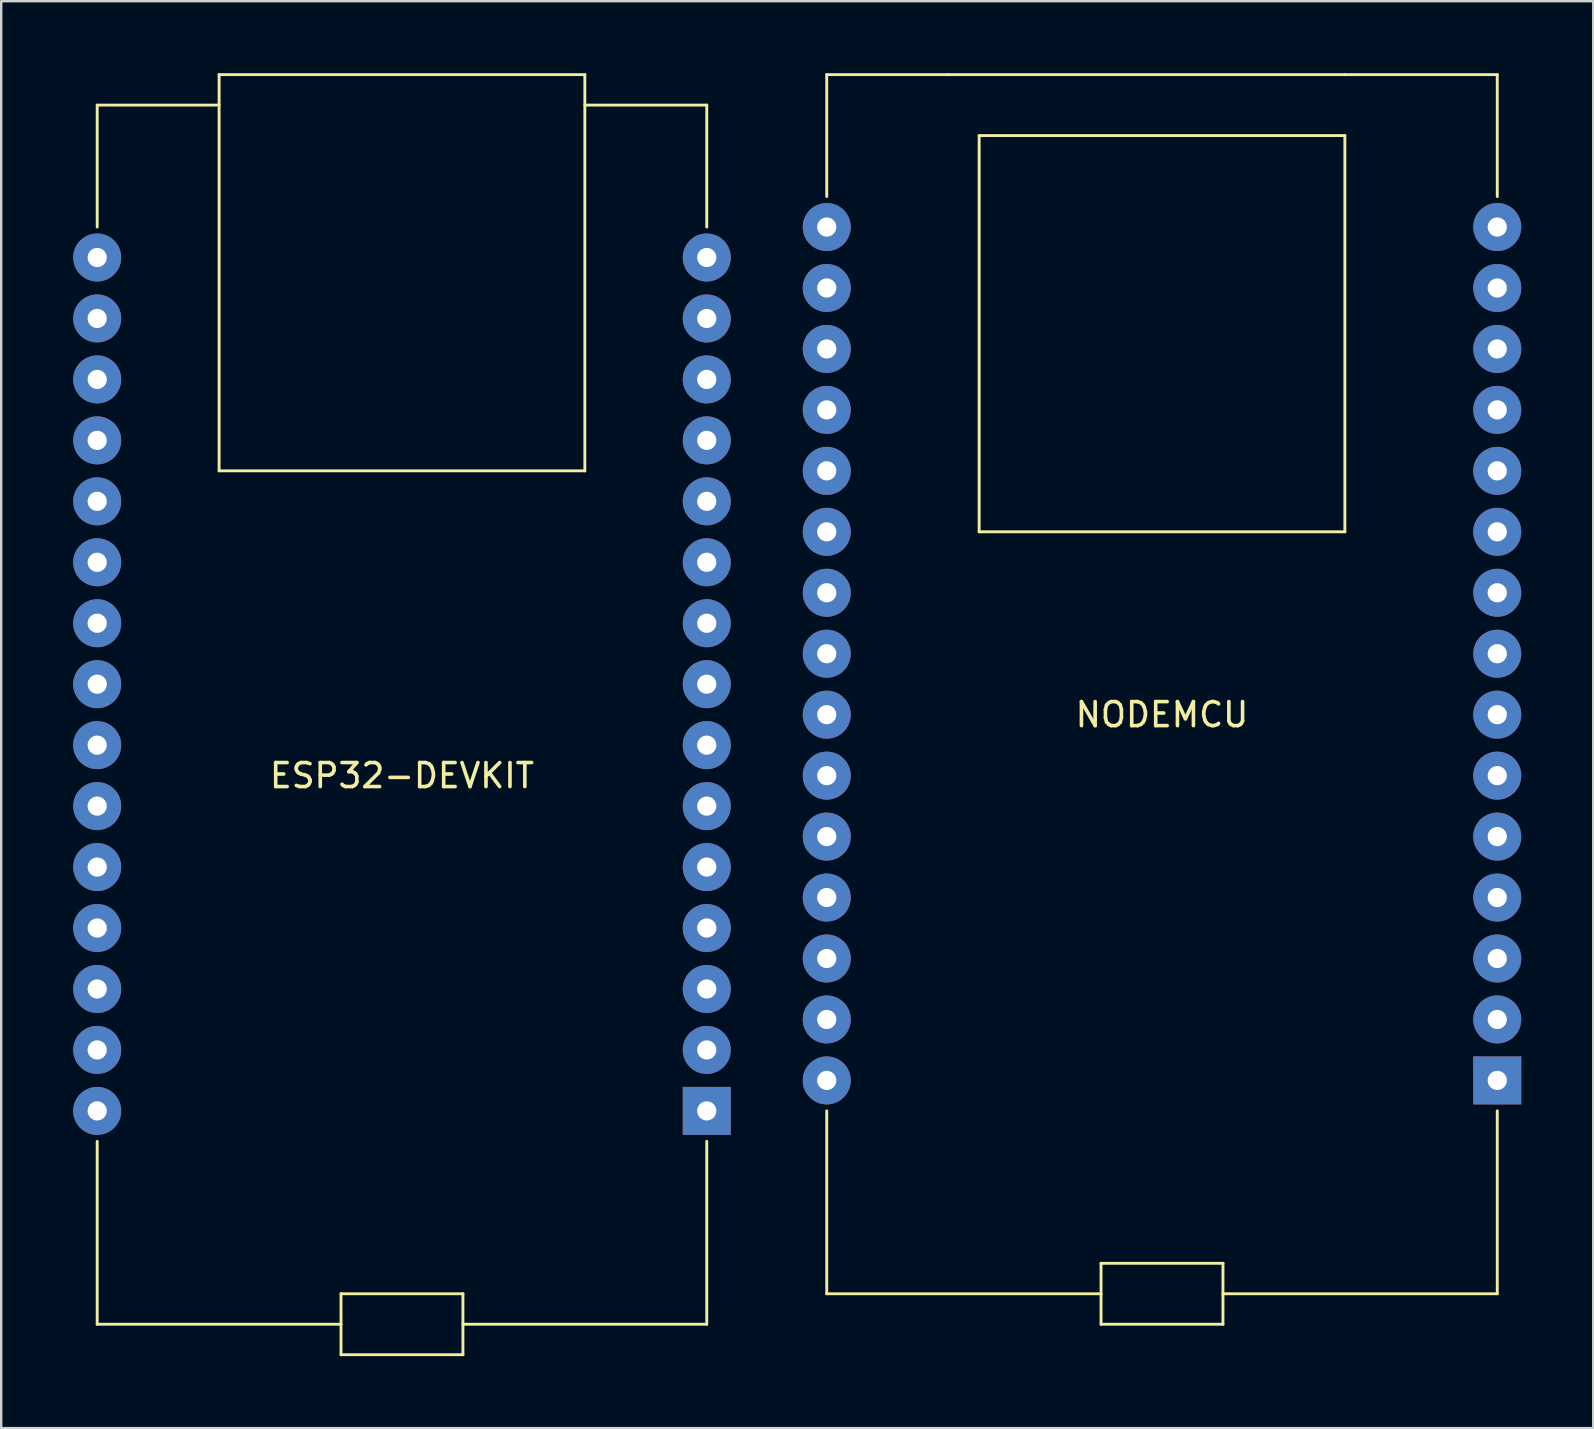
<source format=kicad_pcb>
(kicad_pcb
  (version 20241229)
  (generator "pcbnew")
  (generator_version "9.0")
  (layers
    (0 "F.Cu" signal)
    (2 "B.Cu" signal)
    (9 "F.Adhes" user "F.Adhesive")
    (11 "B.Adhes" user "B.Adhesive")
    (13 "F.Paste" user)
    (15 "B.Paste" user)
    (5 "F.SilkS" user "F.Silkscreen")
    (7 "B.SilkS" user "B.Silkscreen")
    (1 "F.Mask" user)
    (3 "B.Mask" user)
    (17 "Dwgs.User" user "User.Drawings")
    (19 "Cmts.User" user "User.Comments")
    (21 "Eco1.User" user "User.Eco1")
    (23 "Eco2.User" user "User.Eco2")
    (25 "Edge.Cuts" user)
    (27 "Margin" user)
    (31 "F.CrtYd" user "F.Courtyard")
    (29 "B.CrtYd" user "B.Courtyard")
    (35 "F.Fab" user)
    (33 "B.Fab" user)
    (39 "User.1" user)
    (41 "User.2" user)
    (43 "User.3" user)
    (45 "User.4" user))
  (footprint "ESP32-DEVKIT"
    (layer "F.Cu")
    (at 13.7 26.73)
    (property "Reference" "ESP32-DEVKIT" (at 0 2.54 0) (layer "F.SilkS") (effects (font (size 1 1) (thickness 0.15))))
    (attr through_hole)
    (fp_line (start -12.7 -20.32) (end -12.7 -25.4) (stroke (width 0.12) (type solid)) (layer "F.SilkS"))
    (fp_line (start -12.7 17.78) (end -12.7 25.4) (stroke (width 0.12) (type solid)) (layer "F.SilkS"))
    (fp_line (start -7.62 -26.67) (end -7.62 -10.16) (stroke (width 0.12) (type solid)) (layer "F.SilkS"))
    (fp_line (start -7.62 -25.4) (end -12.7 -25.4) (stroke (width 0.12) (type solid)) (layer "F.SilkS"))
    (fp_line (start -7.62 -10.16) (end 7.62 -10.16) (stroke (width 0.12) (type solid)) (layer "F.SilkS"))
    (fp_line (start -2.54 24.13) (end 2.54 24.13) (stroke (width 0.12) (type solid)) (layer "F.SilkS"))
    (fp_line (start -2.54 25.4) (end -12.7 25.4) (stroke (width 0.12) (type solid)) (layer "F.SilkS"))
    (fp_line (start -2.54 26.67) (end -2.54 24.13) (stroke (width 0.12) (type solid)) (layer "F.SilkS"))
    (fp_line (start 2.54 24.13) (end 2.54 26.67) (stroke (width 0.12) (type solid)) (layer "F.SilkS"))
    (fp_line (start 2.54 26.67) (end -2.54 26.67) (stroke (width 0.12) (type solid)) (layer "F.SilkS"))
    (fp_line (start 7.62 -26.67) (end -7.62 -26.67) (stroke (width 0.12) (type solid)) (layer "F.SilkS"))
    (fp_line (start 7.62 -10.16) (end 7.62 -26.67) (stroke (width 0.12) (type solid)) (layer "F.SilkS"))
    (fp_line (start 12.7 -25.4) (end 7.62 -25.4) (stroke (width 0.12) (type solid)) (layer "F.SilkS"))
    (fp_line (start 12.7 -25.4) (end 12.7 -20.32) (stroke (width 0.12) (type solid)) (layer "F.SilkS"))
    (fp_line (start 12.7 25.4) (end 2.54 25.4) (stroke (width 0.12) (type solid)) (layer "F.SilkS"))
    (fp_line (start 12.7 25.4) (end 12.7 17.78) (stroke (width 0.12) (type solid)) (layer "F.SilkS"))
    (pad "1" thru_hole rect (at 12.7 16.51) (size 2 2) (drill 0.8) (layers "*.Cu" "*.Mask"))
    (pad "2" thru_hole circle (at 12.7 13.97) (size 2 2) (drill 0.8) (layers "*.Cu" "*.Mask"))
    (pad "3" thru_hole circle (at 12.7 11.43) (size 2 2) (drill 0.8) (layers "*.Cu" "*.Mask"))
    (pad "4" thru_hole circle (at 12.7 8.89) (size 2 2) (drill 0.8) (layers "*.Cu" "*.Mask"))
    (pad "5" thru_hole circle (at 12.7 6.35) (size 2 2) (drill 0.8) (layers "*.Cu" "*.Mask"))
    (pad "6" thru_hole circle (at 12.7 3.81) (size 2 2) (drill 0.8) (layers "*.Cu" "*.Mask"))
    (pad "7" thru_hole circle (at 12.7 1.27) (size 2 2) (drill 0.8) (layers "*.Cu" "*.Mask"))
    (pad "8" thru_hole circle (at 12.7 -1.27) (size 2 2) (drill 0.8) (layers "*.Cu" "*.Mask"))
    (pad "9" thru_hole circle (at 12.7 -3.81) (size 2 2) (drill 0.8) (layers "*.Cu" "*.Mask"))
    (pad "10" thru_hole circle (at 12.7 -6.35) (size 2 2) (drill 0.8) (layers "*.Cu" "*.Mask"))
    (pad "11" thru_hole circle (at 12.7 -8.89) (size 2 2) (drill 0.8) (layers "*.Cu" "*.Mask"))
    (pad "12" thru_hole circle (at 12.7 -11.43) (size 2 2) (drill 0.8) (layers "*.Cu" "*.Mask"))
    (pad "13" thru_hole circle (at 12.7 -13.97) (size 2 2) (drill 0.8) (layers "*.Cu" "*.Mask"))
    (pad "14" thru_hole circle (at 12.7 -16.51) (size 2 2) (drill 0.8) (layers "*.Cu" "*.Mask"))
    (pad "15" thru_hole circle (at 12.7 -19.05) (size 2 2) (drill 0.8) (layers "*.Cu" "*.Mask"))
    (pad "16" thru_hole circle (at -12.7 16.51) (size 2 2) (drill 0.8) (layers "*.Cu" "*.Mask"))
    (pad "17" thru_hole circle (at -12.7 13.97) (size 2 2) (drill 0.8) (layers "*.Cu" "*.Mask"))
    (pad "18" thru_hole circle (at -12.7 11.43) (size 2 2) (drill 0.8) (layers "*.Cu" "*.Mask"))
    (pad "19" thru_hole circle (at -12.7 8.89) (size 2 2) (drill 0.8) (layers "*.Cu" "*.Mask"))
    (pad "20" thru_hole circle (at -12.7 6.35) (size 2 2) (drill 0.8) (layers "*.Cu" "*.Mask"))
    (pad "21" thru_hole circle (at -12.7 3.81) (size 2 2) (drill 0.8) (layers "*.Cu" "*.Mask"))
    (pad "22" thru_hole circle (at -12.7 1.27) (size 2 2) (drill 0.8) (layers "*.Cu" "*.Mask"))
    (pad "23" thru_hole circle (at -12.7 -1.27) (size 2 2) (drill 0.8) (layers "*.Cu" "*.Mask"))
    (pad "24" thru_hole circle (at -12.7 -3.81) (size 2 2) (drill 0.8) (layers "*.Cu" "*.Mask"))
    (pad "25" thru_hole circle (at -12.7 -6.35) (size 2 2) (drill 0.8) (layers "*.Cu" "*.Mask"))
    (pad "26" thru_hole circle (at -12.7 -8.89) (size 2 2) (drill 0.8) (layers "*.Cu" "*.Mask"))
    (pad "27" thru_hole circle (at -12.7 -11.43) (size 2 2) (drill 0.8) (layers "*.Cu" "*.Mask"))
    (pad "28" thru_hole circle (at -12.7 -13.97) (size 2 2) (drill 0.8) (layers "*.Cu" "*.Mask"))
    (pad "29" thru_hole circle (at -12.7 -16.51) (size 2 2) (drill 0.8) (layers "*.Cu" "*.Mask"))
    (pad "30" thru_hole circle (at -12.7 -19.05) (size 2 2) (drill 0.8) (layers "*.Cu" "*.Mask")))
  (footprint "NODEMCU"
    (layer "F.Cu")
    (at 45.37 25.46)
    (property "Reference" "NODEMCU" (at 0 1.27 0) (layer "F.SilkS") (effects (font (size 1 1) (thickness 0.15))))
    (attr through_hole)
    (fp_line (start -13.97 -20.32) (end -13.97 -25.4) (stroke (width 0.12) (type solid)) (layer "F.SilkS"))
    (fp_line (start -13.97 17.78) (end -13.97 25.4) (stroke (width 0.12) (type solid)) (layer "F.SilkS"))
    (fp_line (start -8.89 -25.4) (end -13.97 -25.4) (stroke (width 0.12) (type solid)) (layer "F.SilkS"))
    (fp_line (start -8.89 -25.4) (end 7.62 -25.4) (stroke (width 0.12) (type solid)) (layer "F.SilkS"))
    (fp_line (start -7.62 -22.86) (end -7.62 -6.35) (stroke (width 0.12) (type solid)) (layer "F.SilkS"))
    (fp_line (start -7.62 -6.35) (end 7.62 -6.35) (stroke (width 0.12) (type solid)) (layer "F.SilkS"))
    (fp_line (start -2.54 24.13) (end 2.54 24.13) (stroke (width 0.12) (type solid)) (layer "F.SilkS"))
    (fp_line (start -2.54 25.4) (end -13.97 25.4) (stroke (width 0.12) (type solid)) (layer "F.SilkS"))
    (fp_line (start -2.54 26.67) (end -2.54 24.13) (stroke (width 0.12) (type solid)) (layer "F.SilkS"))
    (fp_line (start 2.54 24.13) (end 2.54 26.67) (stroke (width 0.12) (type solid)) (layer "F.SilkS"))
    (fp_line (start 2.54 26.67) (end -2.54 26.67) (stroke (width 0.12) (type solid)) (layer "F.SilkS"))
    (fp_line (start 7.62 -22.86) (end -7.62 -22.86) (stroke (width 0.12) (type solid)) (layer "F.SilkS"))
    (fp_line (start 7.62 -6.35) (end 7.62 -22.86) (stroke (width 0.12) (type solid)) (layer "F.SilkS"))
    (fp_line (start 13.97 -25.4) (end 7.62 -25.4) (stroke (width 0.12) (type solid)) (layer "F.SilkS"))
    (fp_line (start 13.97 -25.4) (end 13.97 -20.32) (stroke (width 0.12) (type solid)) (layer "F.SilkS"))
    (fp_line (start 13.97 25.4) (end 2.54 25.4) (stroke (width 0.12) (type solid)) (layer "F.SilkS"))
    (fp_line (start 13.97 25.4) (end 13.97 17.78) (stroke (width 0.12) (type solid)) (layer "F.SilkS"))
    (pad "1" thru_hole rect (at 13.97 16.51) (size 2 2) (drill 0.8) (layers "*.Cu" "*.Mask"))
    (pad "2" thru_hole circle (at 13.97 13.97) (size 2 2) (drill 0.8) (layers "*.Cu" "*.Mask"))
    (pad "3" thru_hole circle (at 13.97 11.43) (size 2 2) (drill 0.8) (layers "*.Cu" "*.Mask"))
    (pad "4" thru_hole circle (at 13.97 8.89) (size 2 2) (drill 0.8) (layers "*.Cu" "*.Mask"))
    (pad "5" thru_hole circle (at 13.97 6.35) (size 2 2) (drill 0.8) (layers "*.Cu" "*.Mask"))
    (pad "6" thru_hole circle (at 13.97 3.81) (size 2 2) (drill 0.8) (layers "*.Cu" "*.Mask"))
    (pad "7" thru_hole circle (at 13.97 1.27) (size 2 2) (drill 0.8) (layers "*.Cu" "*.Mask"))
    (pad "8" thru_hole circle (at 13.97 -1.27) (size 2 2) (drill 0.8) (layers "*.Cu" "*.Mask"))
    (pad "9" thru_hole circle (at 13.97 -3.81) (size 2 2) (drill 0.8) (layers "*.Cu" "*.Mask"))
    (pad "10" thru_hole circle (at 13.97 -6.35) (size 2 2) (drill 0.8) (layers "*.Cu" "*.Mask"))
    (pad "11" thru_hole circle (at 13.97 -8.89) (size 2 2) (drill 0.8) (layers "*.Cu" "*.Mask"))
    (pad "12" thru_hole circle (at 13.97 -11.43) (size 2 2) (drill 0.8) (layers "*.Cu" "*.Mask"))
    (pad "13" thru_hole circle (at 13.97 -13.97) (size 2 2) (drill 0.8) (layers "*.Cu" "*.Mask"))
    (pad "14" thru_hole circle (at 13.97 -16.51) (size 2 2) (drill 0.8) (layers "*.Cu" "*.Mask"))
    (pad "15" thru_hole circle (at 13.97 -19.05) (size 2 2) (drill 0.8) (layers "*.Cu" "*.Mask"))
    (pad "16" thru_hole circle (at -13.97 16.51) (size 2 2) (drill 0.8) (layers "*.Cu" "*.Mask"))
    (pad "17" thru_hole circle (at -13.97 13.97) (size 2 2) (drill 0.8) (layers "*.Cu" "*.Mask"))
    (pad "18" thru_hole circle (at -13.97 11.43) (size 2 2) (drill 0.8) (layers "*.Cu" "*.Mask"))
    (pad "19" thru_hole circle (at -13.97 8.89) (size 2 2) (drill 0.8) (layers "*.Cu" "*.Mask"))
    (pad "20" thru_hole circle (at -13.97 6.35) (size 2 2) (drill 0.8) (layers "*.Cu" "*.Mask"))
    (pad "21" thru_hole circle (at -13.97 3.81) (size 2 2) (drill 0.8) (layers "*.Cu" "*.Mask"))
    (pad "22" thru_hole circle (at -13.97 1.27) (size 2 2) (drill 0.8) (layers "*.Cu" "*.Mask"))
    (pad "23" thru_hole circle (at -13.97 -1.27) (size 2 2) (drill 0.8) (layers "*.Cu" "*.Mask"))
    (pad "24" thru_hole circle (at -13.97 -3.81) (size 2 2) (drill 0.8) (layers "*.Cu" "*.Mask"))
    (pad "25" thru_hole circle (at -13.97 -6.35) (size 2 2) (drill 0.8) (layers "*.Cu" "*.Mask"))
    (pad "26" thru_hole circle (at -13.97 -8.89) (size 2 2) (drill 0.8) (layers "*.Cu" "*.Mask"))
    (pad "27" thru_hole circle (at -13.97 -11.43) (size 2 2) (drill 0.8) (layers "*.Cu" "*.Mask"))
    (pad "28" thru_hole circle (at -13.97 -13.97) (size 2 2) (drill 0.8) (layers "*.Cu" "*.Mask"))
    (pad "29" thru_hole circle (at -13.97 -16.51) (size 2 2) (drill 0.8) (layers "*.Cu" "*.Mask"))
    (pad "30" thru_hole circle (at -13.97 -19.05) (size 2 2) (drill 0.8) (layers "*.Cu" "*.Mask")))
  (gr_rect
    (start -3 -3)
    (end 63.34 56.46)
    (stroke (width 0.1) (type default))
    (fill no)
    (layer "Edge.Cuts")))
</source>
